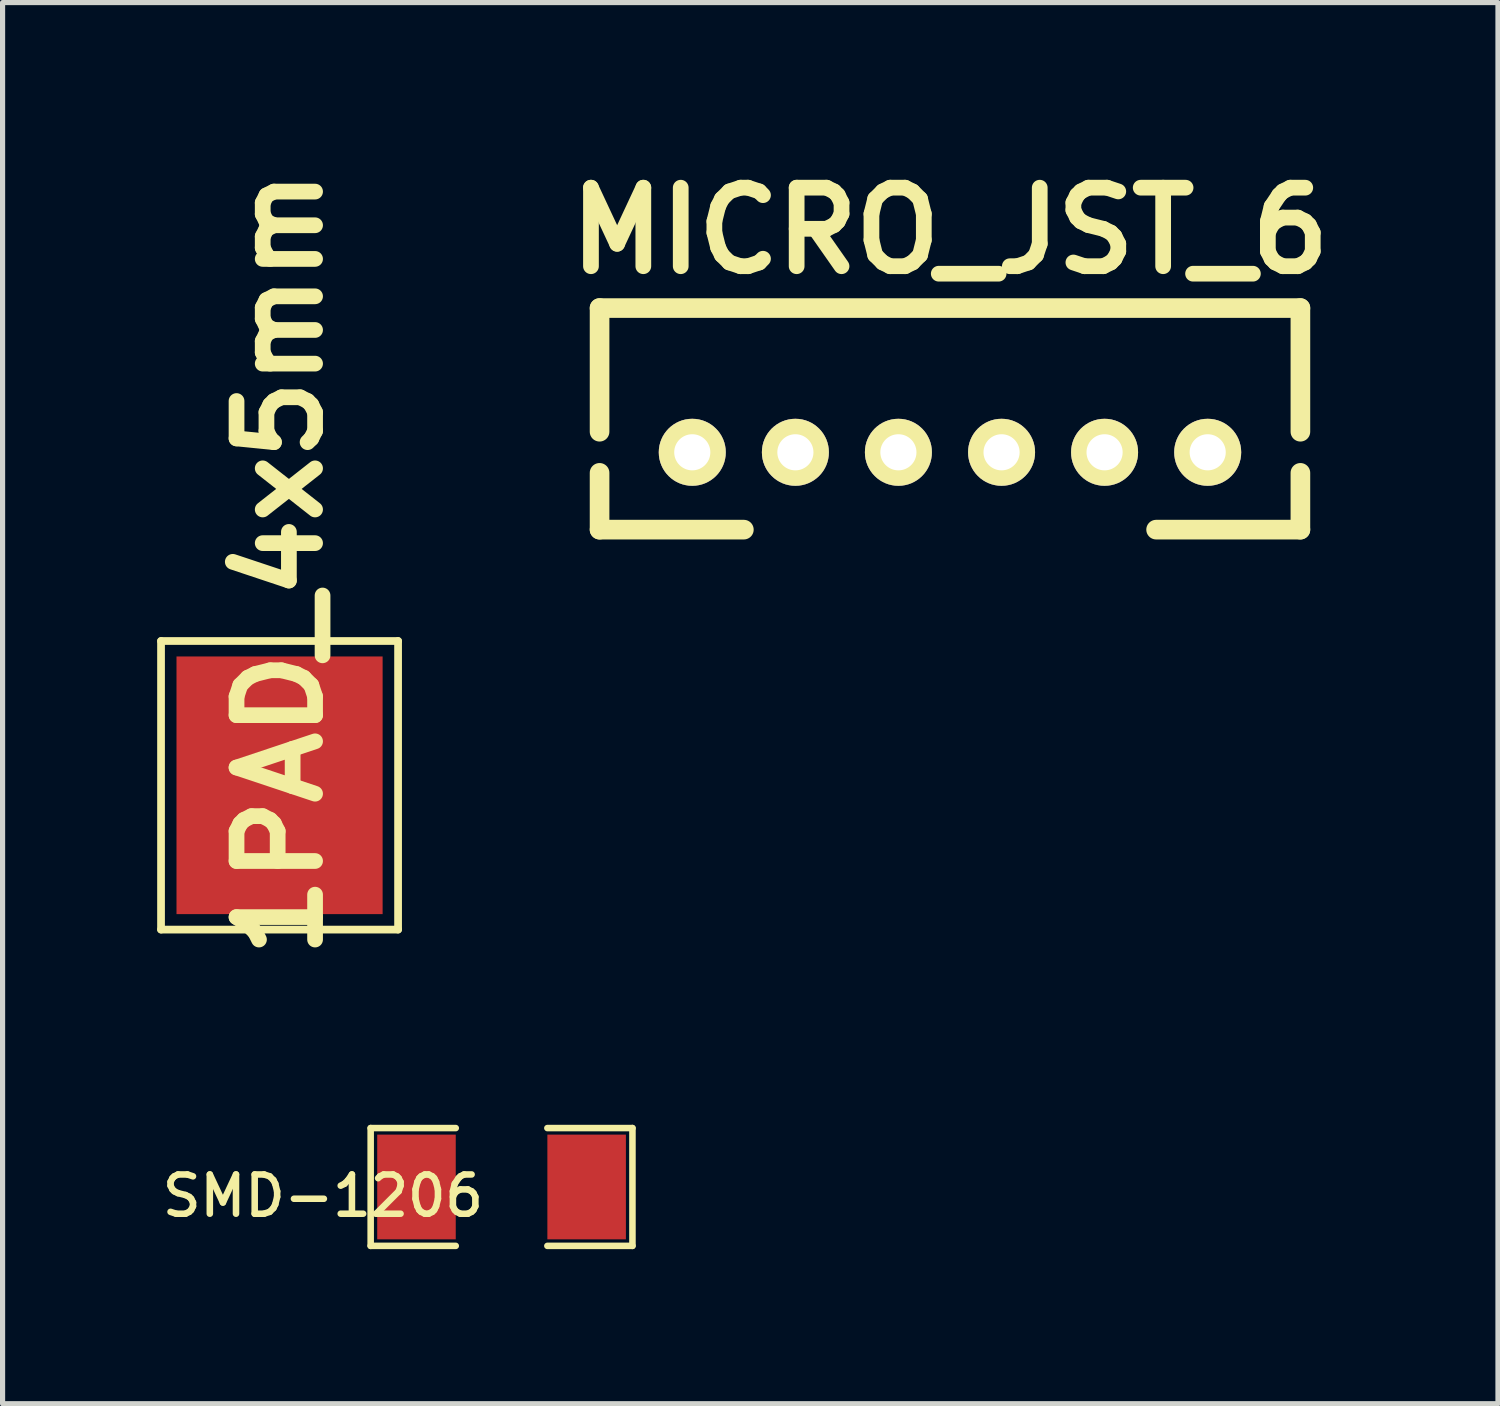
<source format=kicad_pcb>
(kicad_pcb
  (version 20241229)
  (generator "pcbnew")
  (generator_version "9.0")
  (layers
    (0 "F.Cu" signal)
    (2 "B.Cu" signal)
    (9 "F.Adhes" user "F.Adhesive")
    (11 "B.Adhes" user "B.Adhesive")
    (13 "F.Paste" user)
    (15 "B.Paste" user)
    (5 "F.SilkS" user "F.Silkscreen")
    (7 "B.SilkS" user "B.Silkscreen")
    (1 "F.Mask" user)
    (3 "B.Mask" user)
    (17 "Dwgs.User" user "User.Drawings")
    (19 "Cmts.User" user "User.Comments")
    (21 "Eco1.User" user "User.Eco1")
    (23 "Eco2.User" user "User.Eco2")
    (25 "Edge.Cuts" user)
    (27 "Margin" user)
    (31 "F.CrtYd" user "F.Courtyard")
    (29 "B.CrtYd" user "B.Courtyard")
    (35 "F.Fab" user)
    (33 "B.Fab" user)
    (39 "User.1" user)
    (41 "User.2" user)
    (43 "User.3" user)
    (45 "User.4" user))
  (footprint "MICRO_JST_6"
    (layer "F.Cu")
    (at 15.385 5.727)
    (property "Reference" "MICRO_JST_6" (at 0 -4.3 0) (layer "F.SilkS") (effects (font (size 1.524 1.524) (thickness 0.305))))
    (attr through_hole)
    (fp_line (start -6.8 -2.799) (end -6.8 -0.399) (stroke (width 0.381) (type solid)) (layer "F.SilkS"))
    (fp_line (start -6.8 -2.799) (end 6.8 -2.799) (stroke (width 0.381) (type solid)) (layer "F.SilkS"))
    (fp_line (start -6.8 1.501) (end -6.8 0.399) (stroke (width 0.381) (type solid)) (layer "F.SilkS"))
    (fp_line (start -4 1.501) (end -6.8 1.501) (stroke (width 0.381) (type solid)) (layer "F.SilkS"))
    (fp_line (start 6.8 -2.799) (end 6.8 -0.399) (stroke (width 0.381) (type solid)) (layer "F.SilkS"))
    (fp_line (start 6.8 1.501) (end 4 1.501) (stroke (width 0.381) (type solid)) (layer "F.SilkS"))
    (fp_line (start 6.8 1.501) (end 6.8 0.399) (stroke (width 0.381) (type solid)) (layer "F.SilkS"))
    (pad "1" thru_hole circle (at -5.001 0) (size 1.3 1.3) (drill 0.701) (layers "*.Cu" "*.Mask" "F.SilkS"))
    (pad "2" thru_hole circle (at -3 0) (size 1.3 1.3) (drill 0.701) (layers "*.Cu" "*.Mask" "F.SilkS"))
    (pad "3" thru_hole circle (at -1.001 0) (size 1.3 1.3) (drill 0.701) (layers "*.Cu" "*.Mask" "F.SilkS"))
    (pad "4" thru_hole circle (at 1.001 0) (size 1.3 1.3) (drill 0.701) (layers "*.Cu" "*.Mask" "F.SilkS"))
    (pad "5" thru_hole circle (at 3 0) (size 1.3 1.3) (drill 0.701) (layers "*.Cu" "*.Mask" "F.SilkS"))
    (pad "6" thru_hole circle (at 5.001 0) (size 1.3 1.3) (drill 0.701) (layers "*.Cu" "*.Mask" "F.SilkS")))
  (footprint "1PAD_4x5mm"
    (layer "F.Cu")
    (at 2.375 12.189)
    (property "Reference" "1PAD_4x5mm" (at 0 -4.3 270) (layer "F.SilkS") (effects (font (size 1.524 1.524) (thickness 0.305))))
    (attr through_hole)
    (fp_line (start -2.3 -2.8) (end 2.3 -2.8) (stroke (width 0.15) (type solid)) (layer "F.SilkS"))
    (fp_line (start -2.3 2.8) (end -2.3 -2.8) (stroke (width 0.15) (type solid)) (layer "F.SilkS"))
    (fp_line (start 2.3 -2.8) (end 2.3 2.8) (stroke (width 0.15) (type solid)) (layer "F.SilkS"))
    (fp_line (start 2.3 2.8) (end -2.3 2.8) (stroke (width 0.15) (type solid)) (layer "F.SilkS"))
    (pad "1" smd rect (at 0 0) (size 4 5) (layers "F.Cu" "F.Mask" "F.Paste")))
  (footprint "SMD-1206"
    (layer "F.Cu")
    (at 6.683 19.984)
    (property "Reference" "SMD-1206" (at -3.466 0.173 0) (layer "F.SilkS") (effects (font (size 0.762 0.762) (thickness 0.127))))
    (attr smd)
    (fp_line (start -2.54 -1.143) (end -2.54 1.143) (stroke (width 0.127) (type solid)) (layer "F.SilkS"))
    (fp_line (start -2.54 1.143) (end -0.889 1.143) (stroke (width 0.127) (type solid)) (layer "F.SilkS"))
    (fp_line (start -0.889 -1.143) (end -2.54 -1.143) (stroke (width 0.127) (type solid)) (layer "F.SilkS"))
    (fp_line (start 0.889 -1.143) (end 2.54 -1.143) (stroke (width 0.127) (type solid)) (layer "F.SilkS"))
    (fp_line (start 2.54 -1.143) (end 2.54 1.143) (stroke (width 0.127) (type solid)) (layer "F.SilkS"))
    (fp_line (start 2.54 1.143) (end 0.889 1.143) (stroke (width 0.127) (type solid)) (layer "F.SilkS"))
    (pad "1" smd rect (at -1.651 0) (size 1.524 2.032) (layers "F.Cu" "F.Mask" "F.Paste"))
    (pad "2" smd rect (at 1.651 0) (size 1.524 2.032) (layers "F.Cu" "F.Mask" "F.Paste")))
  (gr_rect
    (start -3 -3)
    (end 26.019 24.19)
    (stroke (width 0.1) (type default))
    (fill no)
    (layer "Edge.Cuts")))
</source>
